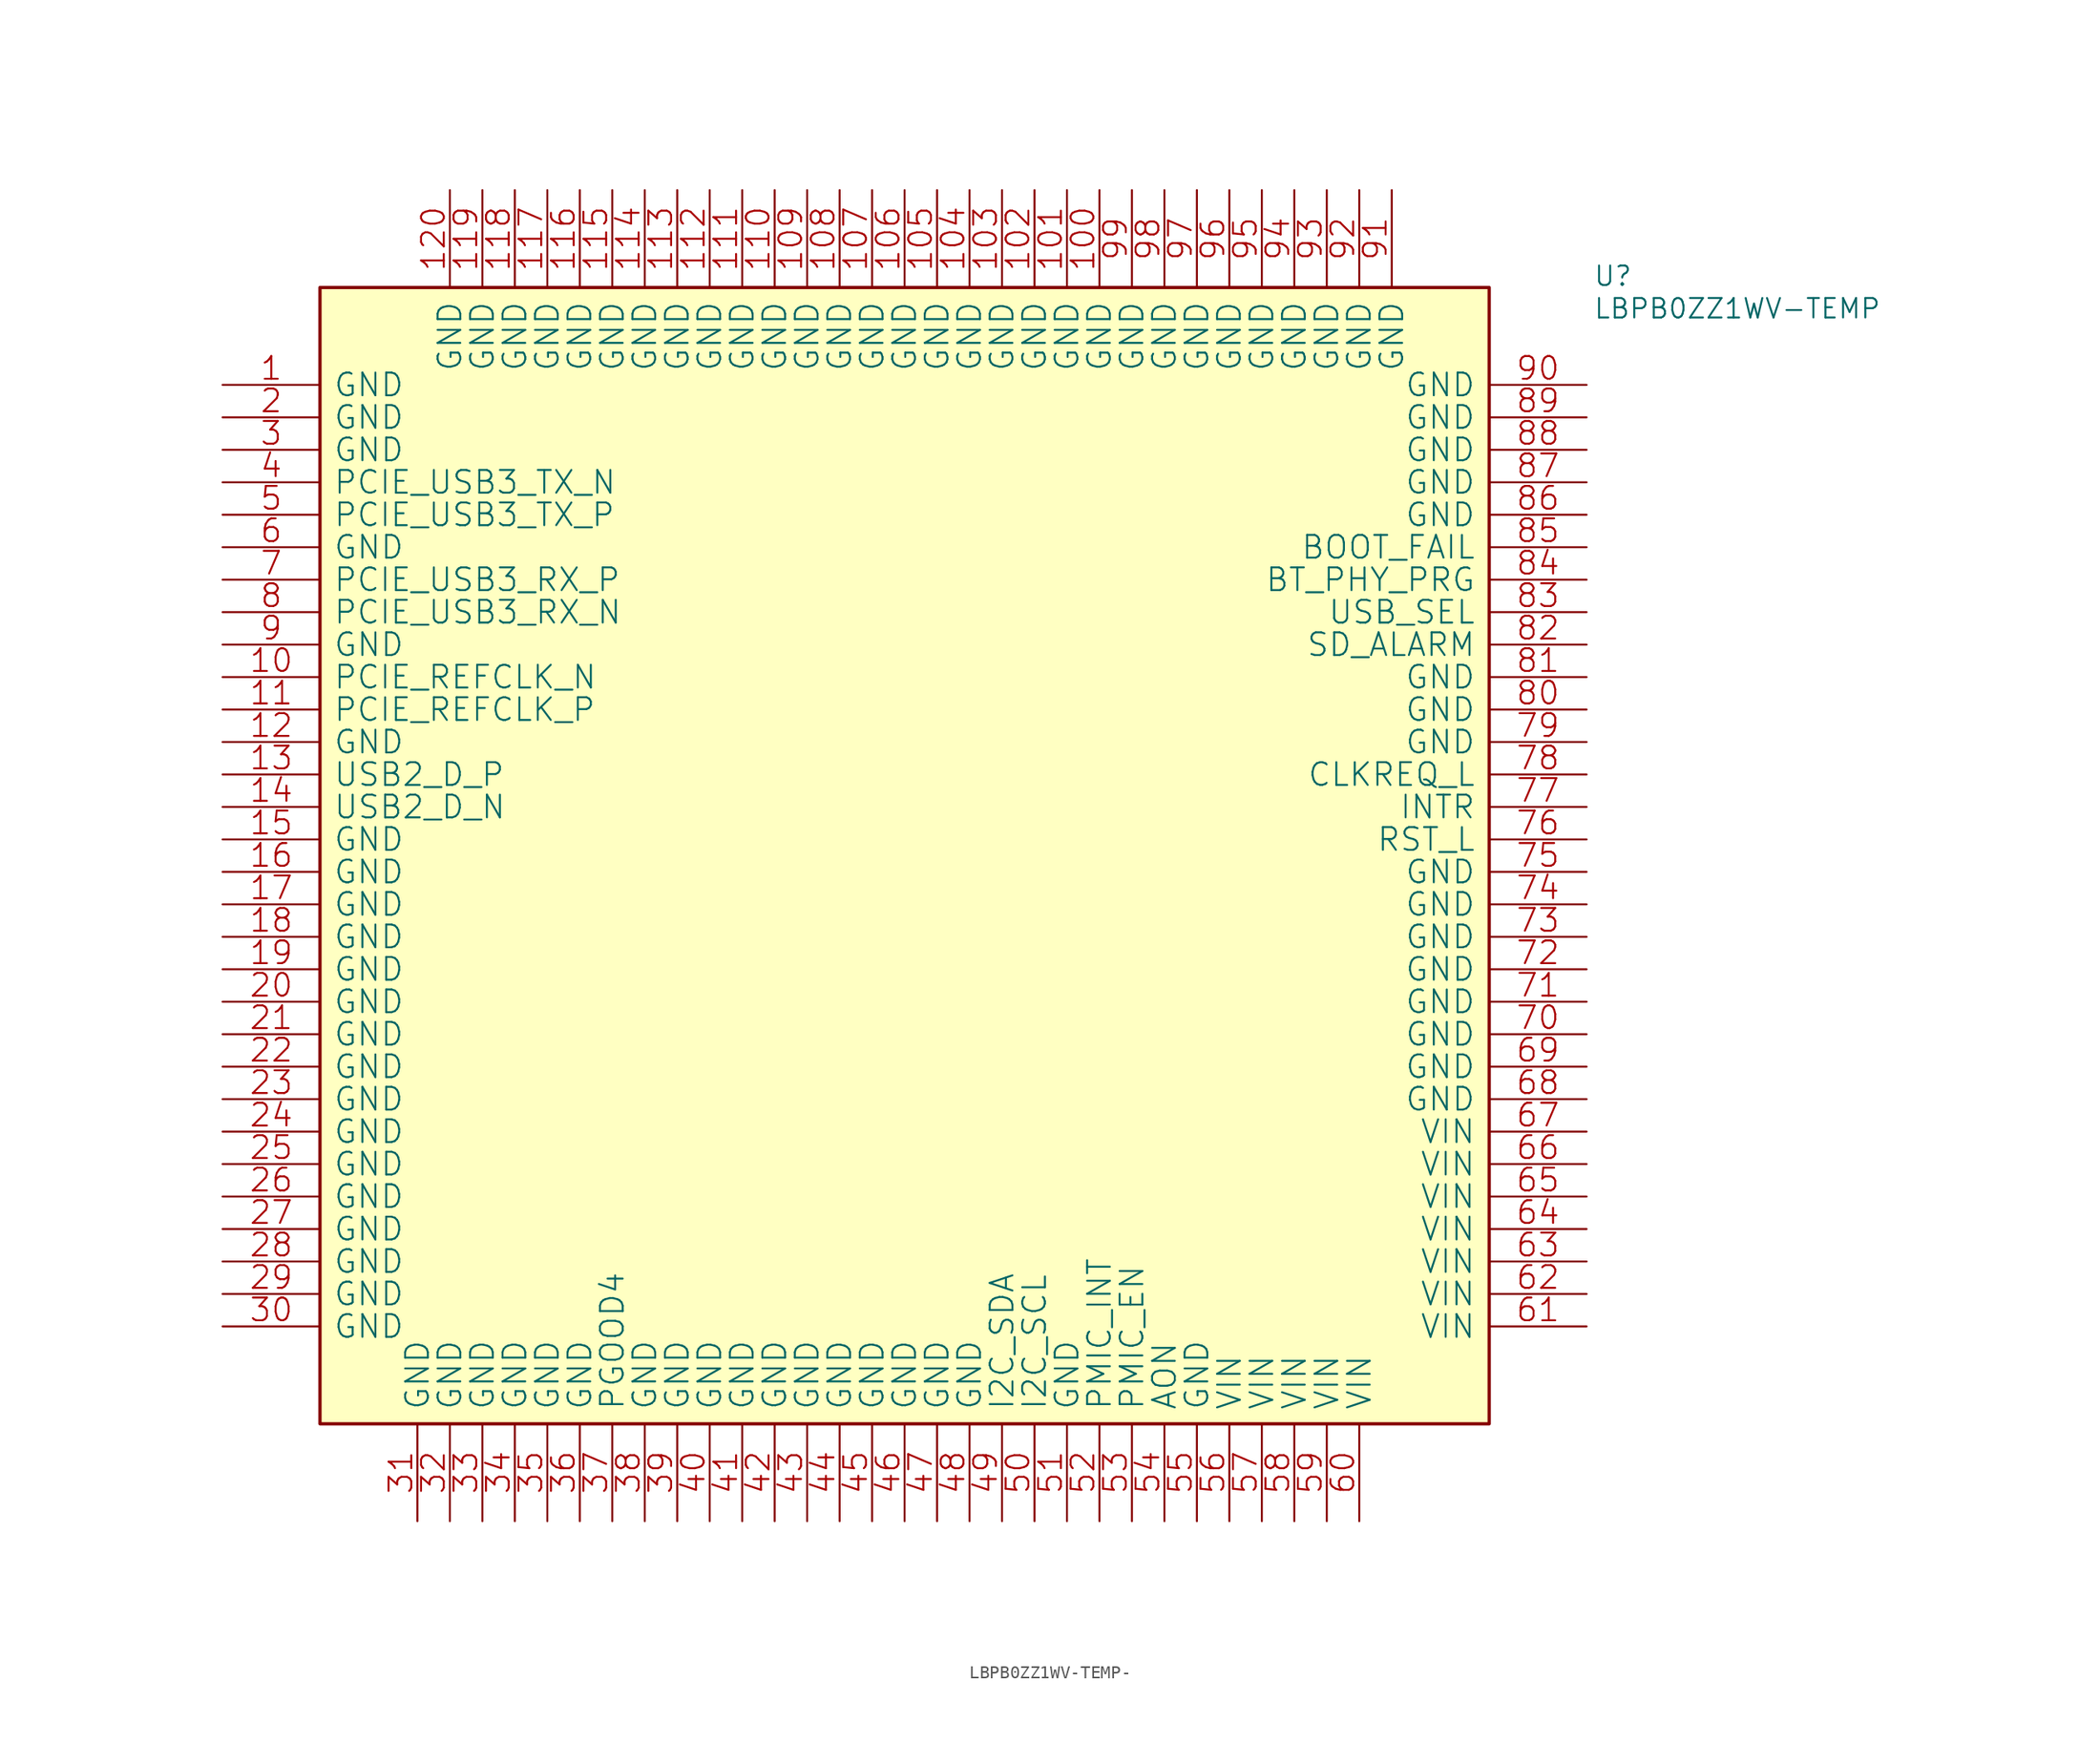
<source format=kicad_sym>
(kicad_symbol_lib
  (version 20220914)
  (generator kicad_symbol_editor)
  (symbol "LBPB0ZZ1WV-TEMP-"
    (pin_names
      (offset 1.016))
    (property "Reference" "U"
      (at 99.568 0 0)
      (effects (font (size 1.524 1.524)) (justify left bottom)))
    (property "Value" "LBPB0ZZ1WV-TEMP"
      (at 99.568 -2.54 0)
      (effects (font (size 1.524 1.524)) (justify left bottom)))
    (property "Footprint" ""
      (at 0 0 0)
      (effects (font (size 1.524 1.524))))
    (property "Datasheet" ""
      (at 0 0 0)
      (effects (font (size 1.524 1.524))))
    (symbol "LBPB0ZZ1WV-TEMP-_0_1"
      (rectangle (start 0 -88.9) (end 91.44 0) (stroke (width 0.254) (type solid)) (fill (type background)))
      (pin passive line (at -7.62 -7.62 0) (length 7.62) (name "GND" (effects (font (size 1.778 1.778)))) (number "1" (effects (font (size 1.778 1.778)))))
      (pin input line (at -7.62 -30.48 0) (length 7.62) (name "PCIE_REFCLK_N" (effects (font (size 1.778 1.778)))) (number "10" (effects (font (size 1.778 1.778)))))
      (pin passive line (at 60.96 7.62 270) (length 7.62) (name "GND" (effects (font (size 1.778 1.778)))) (number "100" (effects (font (size 1.778 1.778)))))
      (pin passive line (at 58.42 7.62 270) (length 7.62) (name "GND" (effects (font (size 1.778 1.778)))) (number "101" (effects (font (size 1.778 1.778)))))
      (pin passive line (at 55.88 7.62 270) (length 7.62) (name "GND" (effects (font (size 1.778 1.778)))) (number "102" (effects (font (size 1.778 1.778)))))
      (pin passive line (at 53.34 7.62 270) (length 7.62) (name "GND" (effects (font (size 1.778 1.778)))) (number "103" (effects (font (size 1.778 1.778)))))
      (pin passive line (at 50.8 7.62 270) (length 7.62) (name "GND" (effects (font (size 1.778 1.778)))) (number "104" (effects (font (size 1.778 1.778)))))
      (pin passive line (at 48.26 7.62 270) (length 7.62) (name "GND" (effects (font (size 1.778 1.778)))) (number "105" (effects (font (size 1.778 1.778)))))
      (pin passive line (at 45.72 7.62 270) (length 7.62) (name "GND" (effects (font (size 1.778 1.778)))) (number "106" (effects (font (size 1.778 1.778)))))
      (pin passive line (at 43.18 7.62 270) (length 7.62) (name "GND" (effects (font (size 1.778 1.778)))) (number "107" (effects (font (size 1.778 1.778)))))
      (pin passive line (at 40.64 7.62 270) (length 7.62) (name "GND" (effects (font (size 1.778 1.778)))) (number "108" (effects (font (size 1.778 1.778)))))
      (pin passive line (at 38.1 7.62 270) (length 7.62) (name "GND" (effects (font (size 1.778 1.778)))) (number "109" (effects (font (size 1.778 1.778)))))
      (pin input line (at -7.62 -33.02 0) (length 7.62) (name "PCIE_REFCLK_P" (effects (font (size 1.778 1.778)))) (number "11" (effects (font (size 1.778 1.778)))))
      (pin passive line (at 35.56 7.62 270) (length 7.62) (name "GND" (effects (font (size 1.778 1.778)))) (number "110" (effects (font (size 1.778 1.778)))))
      (pin passive line (at 33.02 7.62 270) (length 7.62) (name "GND" (effects (font (size 1.778 1.778)))) (number "111" (effects (font (size 1.778 1.778)))))
      (pin passive line (at 30.48 7.62 270) (length 7.62) (name "GND" (effects (font (size 1.778 1.778)))) (number "112" (effects (font (size 1.778 1.778)))))
      (pin passive line (at 27.94 7.62 270) (length 7.62) (name "GND" (effects (font (size 1.778 1.778)))) (number "113" (effects (font (size 1.778 1.778)))))
      (pin passive line (at 25.4 7.62 270) (length 7.62) (name "GND" (effects (font (size 1.778 1.778)))) (number "114" (effects (font (size 1.778 1.778)))))
      (pin passive line (at 22.86 7.62 270) (length 7.62) (name "GND" (effects (font (size 1.778 1.778)))) (number "115" (effects (font (size 1.778 1.778)))))
      (pin passive line (at 20.32 7.62 270) (length 7.62) (name "GND" (effects (font (size 1.778 1.778)))) (number "116" (effects (font (size 1.778 1.778)))))
      (pin passive line (at 17.78 7.62 270) (length 7.62) (name "GND" (effects (font (size 1.778 1.778)))) (number "117" (effects (font (size 1.778 1.778)))))
      (pin passive line (at 15.24 7.62 270) (length 7.62) (name "GND" (effects (font (size 1.778 1.778)))) (number "118" (effects (font (size 1.778 1.778)))))
      (pin passive line (at 12.7 7.62 270) (length 7.62) (name "GND" (effects (font (size 1.778 1.778)))) (number "119" (effects (font (size 1.778 1.778)))))
      (pin passive line (at -7.62 -35.56 0) (length 7.62) (name "GND" (effects (font (size 1.778 1.778)))) (number "12" (effects (font (size 1.778 1.778)))))
      (pin passive line (at 10.16 7.62 270) (length 7.62) (name "GND" (effects (font (size 1.778 1.778)))) (number "120" (effects (font (size 1.778 1.778)))))
      (pin bidirectional line (at -7.62 -38.1 0) (length 7.62) (name "USB2_D_P" (effects (font (size 1.778 1.778)))) (number "13" (effects (font (size 1.778 1.778)))))
      (pin bidirectional line (at -7.62 -40.64 0) (length 7.62) (name "USB2_D_N" (effects (font (size 1.778 1.778)))) (number "14" (effects (font (size 1.778 1.778)))))
      (pin passive line (at -7.62 -43.18 0) (length 7.62) (name "GND" (effects (font (size 1.778 1.778)))) (number "15" (effects (font (size 1.778 1.778)))))
      (pin passive line (at -7.62 -45.72 0) (length 7.62) (name "GND" (effects (font (size 1.778 1.778)))) (number "16" (effects (font (size 1.778 1.778)))))
      (pin passive line (at -7.62 -48.26 0) (length 7.62) (name "GND" (effects (font (size 1.778 1.778)))) (number "17" (effects (font (size 1.778 1.778)))))
      (pin passive line (at -7.62 -50.8 0) (length 7.62) (name "GND" (effects (font (size 1.778 1.778)))) (number "18" (effects (font (size 1.778 1.778)))))
      (pin passive line (at -7.62 -53.34 0) (length 7.62) (name "GND" (effects (font (size 1.778 1.778)))) (number "19" (effects (font (size 1.778 1.778)))))
      (pin passive line (at -7.62 -10.16 0) (length 7.62) (name "GND" (effects (font (size 1.778 1.778)))) (number "2" (effects (font (size 1.778 1.778)))))
      (pin passive line (at -7.62 -55.88 0) (length 7.62) (name "GND" (effects (font (size 1.778 1.778)))) (number "20" (effects (font (size 1.778 1.778)))))
      (pin passive line (at -7.62 -58.42 0) (length 7.62) (name "GND" (effects (font (size 1.778 1.778)))) (number "21" (effects (font (size 1.778 1.778)))))
      (pin passive line (at -7.62 -60.96 0) (length 7.62) (name "GND" (effects (font (size 1.778 1.778)))) (number "22" (effects (font (size 1.778 1.778)))))
      (pin passive line (at -7.62 -63.5 0) (length 7.62) (name "GND" (effects (font (size 1.778 1.778)))) (number "23" (effects (font (size 1.778 1.778)))))
      (pin passive line (at -7.62 -66.04 0) (length 7.62) (name "GND" (effects (font (size 1.778 1.778)))) (number "24" (effects (font (size 1.778 1.778)))))
      (pin passive line (at -7.62 -68.58 0) (length 7.62) (name "GND" (effects (font (size 1.778 1.778)))) (number "25" (effects (font (size 1.778 1.778)))))
      (pin passive line (at -7.62 -71.12 0) (length 7.62) (name "GND" (effects (font (size 1.778 1.778)))) (number "26" (effects (font (size 1.778 1.778)))))
      (pin passive line (at -7.62 -73.66 0) (length 7.62) (name "GND" (effects (font (size 1.778 1.778)))) (number "27" (effects (font (size 1.778 1.778)))))
      (pin passive line (at -7.62 -76.2 0) (length 7.62) (name "GND" (effects (font (size 1.778 1.778)))) (number "28" (effects (font (size 1.778 1.778)))))
      (pin passive line (at -7.62 -78.74 0) (length 7.62) (name "GND" (effects (font (size 1.778 1.778)))) (number "29" (effects (font (size 1.778 1.778)))))
      (pin passive line (at -7.62 -12.7 0) (length 7.62) (name "GND" (effects (font (size 1.778 1.778)))) (number "3" (effects (font (size 1.778 1.778)))))
      (pin passive line (at -7.62 -81.28 0) (length 7.62) (name "GND" (effects (font (size 1.778 1.778)))) (number "30" (effects (font (size 1.778 1.778)))))
      (pin passive line (at 7.62 -96.52 90) (length 7.62) (name "GND" (effects (font (size 1.778 1.778)))) (number "31" (effects (font (size 1.778 1.778)))))
      (pin passive line (at 10.16 -96.52 90) (length 7.62) (name "GND" (effects (font (size 1.778 1.778)))) (number "32" (effects (font (size 1.778 1.778)))))
      (pin passive line (at 12.7 -96.52 90) (length 7.62) (name "GND" (effects (font (size 1.778 1.778)))) (number "33" (effects (font (size 1.778 1.778)))))
      (pin passive line (at 15.24 -96.52 90) (length 7.62) (name "GND" (effects (font (size 1.778 1.778)))) (number "34" (effects (font (size 1.778 1.778)))))
      (pin passive line (at 17.78 -96.52 90) (length 7.62) (name "GND" (effects (font (size 1.778 1.778)))) (number "35" (effects (font (size 1.778 1.778)))))
      (pin passive line (at 20.32 -96.52 90) (length 7.62) (name "GND" (effects (font (size 1.778 1.778)))) (number "36" (effects (font (size 1.778 1.778)))))
      (pin bidirectional line (at 22.86 -96.52 90) (length 7.62) (name "PGOOD4" (effects (font (size 1.778 1.778)))) (number "37" (effects (font (size 1.778 1.778)))))
      (pin passive line (at 25.4 -96.52 90) (length 7.62) (name "GND" (effects (font (size 1.778 1.778)))) (number "38" (effects (font (size 1.778 1.778)))))
      (pin passive line (at 27.94 -96.52 90) (length 7.62) (name "GND" (effects (font (size 1.778 1.778)))) (number "39" (effects (font (size 1.778 1.778)))))
      (pin output line (at -7.62 -15.24 0) (length 7.62) (name "PCIE_USB3_TX_N" (effects (font (size 1.778 1.778)))) (number "4" (effects (font (size 1.778 1.778)))))
      (pin passive line (at 30.48 -96.52 90) (length 7.62) (name "GND" (effects (font (size 1.778 1.778)))) (number "40" (effects (font (size 1.778 1.778)))))
      (pin passive line (at 33.02 -96.52 90) (length 7.62) (name "GND" (effects (font (size 1.778 1.778)))) (number "41" (effects (font (size 1.778 1.778)))))
      (pin passive line (at 35.56 -96.52 90) (length 7.62) (name "GND" (effects (font (size 1.778 1.778)))) (number "42" (effects (font (size 1.778 1.778)))))
      (pin passive line (at 38.1 -96.52 90) (length 7.62) (name "GND" (effects (font (size 1.778 1.778)))) (number "43" (effects (font (size 1.778 1.778)))))
      (pin passive line (at 40.64 -96.52 90) (length 7.62) (name "GND" (effects (font (size 1.778 1.778)))) (number "44" (effects (font (size 1.778 1.778)))))
      (pin passive line (at 43.18 -96.52 90) (length 7.62) (name "GND" (effects (font (size 1.778 1.778)))) (number "45" (effects (font (size 1.778 1.778)))))
      (pin passive line (at 45.72 -96.52 90) (length 7.62) (name "GND" (effects (font (size 1.778 1.778)))) (number "46" (effects (font (size 1.778 1.778)))))
      (pin passive line (at 48.26 -96.52 90) (length 7.62) (name "GND" (effects (font (size 1.778 1.778)))) (number "47" (effects (font (size 1.778 1.778)))))
      (pin passive line (at 50.8 -96.52 90) (length 7.62) (name "GND" (effects (font (size 1.778 1.778)))) (number "48" (effects (font (size 1.778 1.778)))))
      (pin bidirectional line (at 53.34 -96.52 90) (length 7.62) (name "I2C_SDA" (effects (font (size 1.778 1.778)))) (number "49" (effects (font (size 1.778 1.778)))))
      (pin output line (at -7.62 -17.78 0) (length 7.62) (name "PCIE_USB3_TX_P" (effects (font (size 1.778 1.778)))) (number "5" (effects (font (size 1.778 1.778)))))
      (pin input line (at 55.88 -96.52 90) (length 7.62) (name "I2C_SCL" (effects (font (size 1.778 1.778)))) (number "50" (effects (font (size 1.778 1.778)))))
      (pin passive line (at 58.42 -96.52 90) (length 7.62) (name "GND" (effects (font (size 1.778 1.778)))) (number "51" (effects (font (size 1.778 1.778)))))
      (pin output line (at 60.96 -96.52 90) (length 7.62) (name "PMIC_INT" (effects (font (size 1.778 1.778)))) (number "52" (effects (font (size 1.778 1.778)))))
      (pin input line (at 63.5 -96.52 90) (length 7.62) (name "PMIC_EN" (effects (font (size 1.778 1.778)))) (number "53" (effects (font (size 1.778 1.778)))))
      (pin power_in line (at 66.04 -96.52 90) (length 7.62) (name "AON" (effects (font (size 1.778 1.778)))) (number "54" (effects (font (size 1.778 1.778)))))
      (pin passive line (at 68.58 -96.52 90) (length 7.62) (name "GND" (effects (font (size 1.778 1.778)))) (number "55" (effects (font (size 1.778 1.778)))))
      (pin output line (at 71.12 -96.52 90) (length 7.62) (name "VIN" (effects (font (size 1.778 1.778)))) (number "56" (effects (font (size 1.778 1.778)))))
      (pin output line (at 73.66 -96.52 90) (length 7.62) (name "VIN" (effects (font (size 1.778 1.778)))) (number "57" (effects (font (size 1.778 1.778)))))
      (pin output line (at 76.2 -96.52 90) (length 7.62) (name "VIN" (effects (font (size 1.778 1.778)))) (number "58" (effects (font (size 1.778 1.778)))))
      (pin output line (at 78.74 -96.52 90) (length 7.62) (name "VIN" (effects (font (size 1.778 1.778)))) (number "59" (effects (font (size 1.778 1.778)))))
      (pin passive line (at -7.62 -20.32 0) (length 7.62) (name "GND" (effects (font (size 1.778 1.778)))) (number "6" (effects (font (size 1.778 1.778)))))
      (pin passive line (at 81.28 -96.52 90) (length 7.62) (name "VIN" (effects (font (size 1.778 1.778)))) (number "60" (effects (font (size 1.778 1.778)))))
      (pin passive line (at 99.06 -81.28 180) (length 7.62) (name "VIN" (effects (font (size 1.778 1.778)))) (number "61" (effects (font (size 1.778 1.778)))))
      (pin passive line (at 99.06 -78.74 180) (length 7.62) (name "VIN" (effects (font (size 1.778 1.778)))) (number "62" (effects (font (size 1.778 1.778)))))
      (pin passive line (at 99.06 -76.2 180) (length 7.62) (name "VIN" (effects (font (size 1.778 1.778)))) (number "63" (effects (font (size 1.778 1.778)))))
      (pin passive line (at 99.06 -73.66 180) (length 7.62) (name "VIN" (effects (font (size 1.778 1.778)))) (number "64" (effects (font (size 1.778 1.778)))))
      (pin passive line (at 99.06 -71.12 180) (length 7.62) (name "VIN" (effects (font (size 1.778 1.778)))) (number "65" (effects (font (size 1.778 1.778)))))
      (pin passive line (at 99.06 -68.58 180) (length 7.62) (name "VIN" (effects (font (size 1.778 1.778)))) (number "66" (effects (font (size 1.778 1.778)))))
      (pin passive line (at 99.06 -66.04 180) (length 7.62) (name "VIN" (effects (font (size 1.778 1.778)))) (number "67" (effects (font (size 1.778 1.778)))))
      (pin passive line (at 99.06 -63.5 180) (length 7.62) (name "GND" (effects (font (size 1.778 1.778)))) (number "68" (effects (font (size 1.778 1.778)))))
      (pin passive line (at 99.06 -60.96 180) (length 7.62) (name "GND" (effects (font (size 1.778 1.778)))) (number "69" (effects (font (size 1.778 1.778)))))
      (pin input line (at -7.62 -22.86 0) (length 7.62) (name "PCIE_USB3_RX_P" (effects (font (size 1.778 1.778)))) (number "7" (effects (font (size 1.778 1.778)))))
      (pin passive line (at 99.06 -58.42 180) (length 7.62) (name "GND" (effects (font (size 1.778 1.778)))) (number "70" (effects (font (size 1.778 1.778)))))
      (pin passive line (at 99.06 -55.88 180) (length 7.62) (name "GND" (effects (font (size 1.778 1.778)))) (number "71" (effects (font (size 1.778 1.778)))))
      (pin passive line (at 99.06 -53.34 180) (length 7.62) (name "GND" (effects (font (size 1.778 1.778)))) (number "72" (effects (font (size 1.778 1.778)))))
      (pin passive line (at 99.06 -50.8 180) (length 7.62) (name "GND" (effects (font (size 1.778 1.778)))) (number "73" (effects (font (size 1.778 1.778)))))
      (pin passive line (at 99.06 -48.26 180) (length 7.62) (name "GND" (effects (font (size 1.778 1.778)))) (number "74" (effects (font (size 1.778 1.778)))))
      (pin passive line (at 99.06 -45.72 180) (length 7.62) (name "GND" (effects (font (size 1.778 1.778)))) (number "75" (effects (font (size 1.778 1.778)))))
      (pin input line (at 99.06 -43.18 180) (length 7.62) (name "RST_L" (effects (font (size 1.778 1.778)))) (number "76" (effects (font (size 1.778 1.778)))))
      (pin output line (at 99.06 -40.64 180) (length 7.62) (name "INTR" (effects (font (size 1.778 1.778)))) (number "77" (effects (font (size 1.778 1.778)))))
      (pin bidirectional line (at 99.06 -38.1 180) (length 7.62) (name "CLKREQ_L" (effects (font (size 1.778 1.778)))) (number "78" (effects (font (size 1.778 1.778)))))
      (pin passive line (at 99.06 -35.56 180) (length 7.62) (name "GND" (effects (font (size 1.778 1.778)))) (number "79" (effects (font (size 1.778 1.778)))))
      (pin input line (at -7.62 -25.4 0) (length 7.62) (name "PCIE_USB3_RX_N" (effects (font (size 1.778 1.778)))) (number "8" (effects (font (size 1.778 1.778)))))
      (pin passive line (at 99.06 -33.02 180) (length 7.62) (name "GND" (effects (font (size 1.778 1.778)))) (number "80" (effects (font (size 1.778 1.778)))))
      (pin passive line (at 99.06 -30.48 180) (length 7.62) (name "GND" (effects (font (size 1.778 1.778)))) (number "81" (effects (font (size 1.778 1.778)))))
      (pin output line (at 99.06 -27.94 180) (length 7.62) (name "SD_ALARM" (effects (font (size 1.778 1.778)))) (number "82" (effects (font (size 1.778 1.778)))))
      (pin input line (at 99.06 -25.4 180) (length 7.62) (name "USB_SEL" (effects (font (size 1.778 1.778)))) (number "83" (effects (font (size 1.778 1.778)))))
      (pin input line (at 99.06 -22.86 180) (length 7.62) (name "BT_PHY_PRG" (effects (font (size 1.778 1.778)))) (number "84" (effects (font (size 1.778 1.778)))))
      (pin passive line (at 99.06 -20.32 180) (length 7.62) (name "BOOT_FAIL" (effects (font (size 1.778 1.778)))) (number "85" (effects (font (size 1.778 1.778)))))
      (pin passive line (at 99.06 -17.78 180) (length 7.62) (name "GND" (effects (font (size 1.778 1.778)))) (number "86" (effects (font (size 1.778 1.778)))))
      (pin passive line (at 99.06 -15.24 180) (length 7.62) (name "GND" (effects (font (size 1.778 1.778)))) (number "87" (effects (font (size 1.778 1.778)))))
      (pin passive line (at 99.06 -12.7 180) (length 7.62) (name "GND" (effects (font (size 1.778 1.778)))) (number "88" (effects (font (size 1.778 1.778)))))
      (pin passive line (at 99.06 -10.16 180) (length 7.62) (name "GND" (effects (font (size 1.778 1.778)))) (number "89" (effects (font (size 1.778 1.778)))))
      (pin passive line (at -7.62 -27.94 0) (length 7.62) (name "GND" (effects (font (size 1.778 1.778)))) (number "9" (effects (font (size 1.778 1.778)))))
      (pin passive line (at 99.06 -7.62 180) (length 7.62) (name "GND" (effects (font (size 1.778 1.778)))) (number "90" (effects (font (size 1.778 1.778)))))
      (pin passive line (at 83.82 7.62 270) (length 7.62) (name "GND" (effects (font (size 1.778 1.778)))) (number "91" (effects (font (size 1.778 1.778)))))
      (pin passive line (at 81.28 7.62 270) (length 7.62) (name "GND" (effects (font (size 1.778 1.778)))) (number "92" (effects (font (size 1.778 1.778)))))
      (pin passive line (at 78.74 7.62 270) (length 7.62) (name "GND" (effects (font (size 1.778 1.778)))) (number "93" (effects (font (size 1.778 1.778)))))
      (pin passive line (at 76.2 7.62 270) (length 7.62) (name "GND" (effects (font (size 1.778 1.778)))) (number "94" (effects (font (size 1.778 1.778)))))
      (pin passive line (at 73.66 7.62 270) (length 7.62) (name "GND" (effects (font (size 1.778 1.778)))) (number "95" (effects (font (size 1.778 1.778)))))
      (pin passive line (at 71.12 7.62 270) (length 7.62) (name "GND" (effects (font (size 1.778 1.778)))) (number "96" (effects (font (size 1.778 1.778)))))
      (pin passive line (at 68.58 7.62 270) (length 7.62) (name "GND" (effects (font (size 1.778 1.778)))) (number "97" (effects (font (size 1.778 1.778)))))
      (pin passive line (at 66.04 7.62 270) (length 7.62) (name "GND" (effects (font (size 1.778 1.778)))) (number "98" (effects (font (size 1.778 1.778)))))
      (pin passive line (at 63.5 7.62 270) (length 7.62) (name "GND" (effects (font (size 1.778 1.778)))) (number "99" (effects (font (size 1.778 1.778))))))))
</source>
